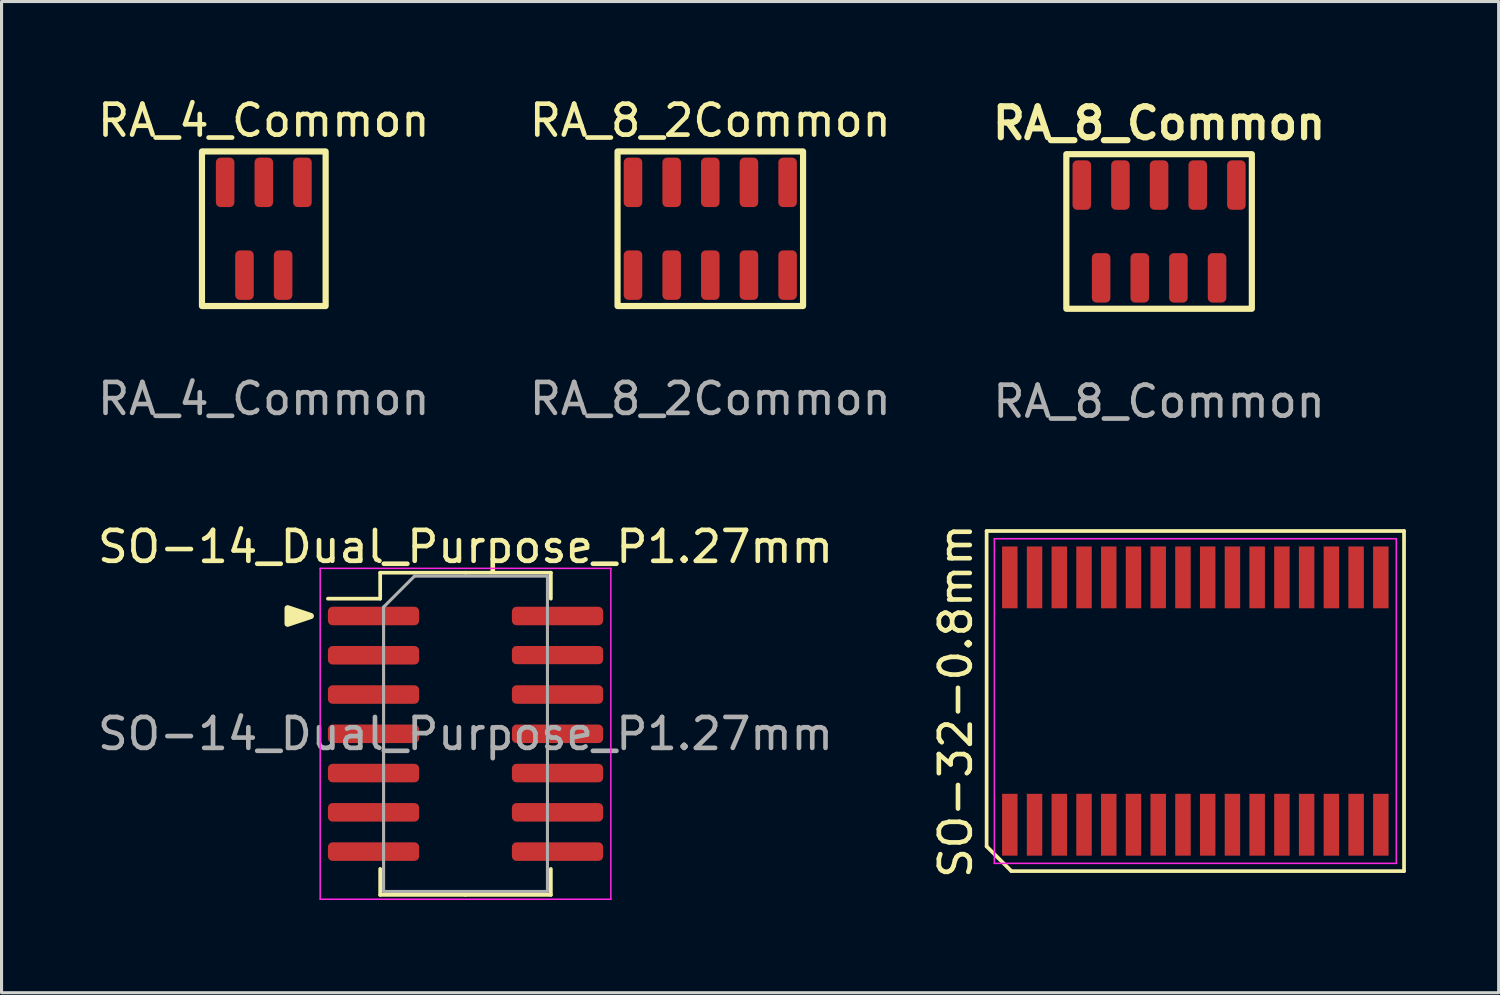
<source format=kicad_pcb>
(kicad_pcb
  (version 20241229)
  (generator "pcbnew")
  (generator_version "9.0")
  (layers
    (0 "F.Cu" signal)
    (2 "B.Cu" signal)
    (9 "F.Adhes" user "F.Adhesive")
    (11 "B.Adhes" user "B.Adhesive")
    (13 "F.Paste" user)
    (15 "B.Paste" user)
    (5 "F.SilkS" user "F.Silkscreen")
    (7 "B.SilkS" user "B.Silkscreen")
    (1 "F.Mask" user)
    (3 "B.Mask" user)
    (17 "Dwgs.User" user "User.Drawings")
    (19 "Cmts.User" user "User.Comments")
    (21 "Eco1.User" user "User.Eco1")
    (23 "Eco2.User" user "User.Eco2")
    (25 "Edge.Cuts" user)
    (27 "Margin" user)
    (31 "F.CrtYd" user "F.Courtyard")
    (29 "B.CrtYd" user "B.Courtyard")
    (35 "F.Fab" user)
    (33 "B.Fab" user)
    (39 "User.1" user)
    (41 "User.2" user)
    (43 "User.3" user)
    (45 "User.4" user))
  (footprint "RA_8_2Common"
    (layer "F.Cu")
    (at 19.923 4.348)
    (property "Reference" "RA_8_2Common" (at 0 -3.5 0) (unlocked yes) (layer "F.SilkS") (effects (font (size 1 1) (thickness 0.15))))
    (attr smd)
    (fp_rect (start -3 -2.5) (end 3 2.5) (stroke (width 0.2) (type default)) (fill no) (layer "F.SilkS"))
    (fp_text user "${REFERENCE}" (at 0 5.5 0) (unlocked yes) (layer "F.Fab") (effects (font (size 1 1) (thickness 0.15))))
    (pad "1" smd roundrect (at 2.5 -1.5) (size 0.6 1.6) (layers "F.Cu" "F.Mask" "F.Paste") (roundrect_rratio 0.25))
    (pad "2" smd roundrect (at 1.25 -1.5) (size 0.6 1.6) (layers "F.Cu" "F.Mask" "F.Paste") (roundrect_rratio 0.25))
    (pad "3" smd roundrect (at 0 -1.5) (size 0.6 1.6) (layers "F.Cu" "F.Mask" "F.Paste") (roundrect_rratio 0.25))
    (pad "4" smd roundrect (at -1.25 -1.5) (size 0.6 1.6) (layers "F.Cu" "F.Mask" "F.Paste") (roundrect_rratio 0.25))
    (pad "5" smd roundrect (at -2.5 -1.5) (size 0.6 1.6) (layers "F.Cu" "F.Mask" "F.Paste") (roundrect_rratio 0.25))
    (pad "6" smd roundrect (at -2.5 1.5 180) (size 0.6 1.6) (layers "F.Cu" "F.Mask" "F.Paste") (roundrect_rratio 0.25))
    (pad "7" smd roundrect (at -1.25 1.5 180) (size 0.6 1.6) (layers "F.Cu" "F.Mask" "F.Paste") (roundrect_rratio 0.25))
    (pad "8" smd roundrect (at 0 1.5 180) (size 0.6 1.6) (layers "F.Cu" "F.Mask" "F.Paste") (roundrect_rratio 0.25))
    (pad "9" smd roundrect (at 1.25 1.5 180) (size 0.6 1.6) (layers "F.Cu" "F.Mask" "F.Paste") (roundrect_rratio 0.25))
    (pad "10" smd roundrect (at 2.5 1.5 180) (size 0.6 1.6) (layers "F.Cu" "F.Mask" "F.Paste") (roundrect_rratio 0.25)))
  (footprint "RA_8_Common"
    (layer "F.Cu")
    (at 34.438 4.436)
    (property "Reference" "RA_8_Common" (at 0 -3.5 0) (unlocked yes) (layer "F.SilkS") (effects (font (size 1 1) (thickness 0.2))))
    (attr smd)
    (fp_rect (start -3 -2.5) (end 3 2.5) (stroke (width 0.2) (type default)) (fill no) (layer "F.SilkS"))
    (fp_text user "${REFERENCE}" (at 0 5.5 0) (unlocked yes) (layer "F.Fab") (effects (font (size 1 1) (thickness 0.15))))
    (pad "1" smd roundrect (at -2.5 -1.5) (size 0.6 1.6) (layers "F.Cu" "F.Mask" "F.Paste") (roundrect_rratio 0.25))
    (pad "2" smd roundrect (at -1.25 -1.5) (size 0.6 1.6) (layers "F.Cu" "F.Mask" "F.Paste") (roundrect_rratio 0.25))
    (pad "3" smd roundrect (at 0 -1.5) (size 0.6 1.6) (layers "F.Cu" "F.Mask" "F.Paste") (roundrect_rratio 0.25))
    (pad "4" smd roundrect (at 1.25 -1.5) (size 0.6 1.6) (layers "F.Cu" "F.Mask" "F.Paste") (roundrect_rratio 0.25))
    (pad "5" smd roundrect (at 2.5 -1.5) (size 0.6 1.6) (layers "F.Cu" "F.Mask" "F.Paste") (roundrect_rratio 0.25))
    (pad "6" smd roundrect (at -1.875 1.5) (size 0.6 1.6) (layers "F.Cu" "F.Mask" "F.Paste") (roundrect_rratio 0.25))
    (pad "7" smd roundrect (at -0.625 1.5) (size 0.6 1.6) (layers "F.Cu" "F.Mask" "F.Paste") (roundrect_rratio 0.25))
    (pad "8" smd roundrect (at 0.625 1.5) (size 0.6 1.6) (layers "F.Cu" "F.Mask" "F.Paste") (roundrect_rratio 0.25))
    (pad "9" smd roundrect (at 1.875 1.5) (size 0.6 1.6) (layers "F.Cu" "F.Mask" "F.Paste") (roundrect_rratio 0.25)))
  (footprint "RA_4_Common"
    (layer "F.Cu")
    (at 5.482 4.348)
    (property "Reference" "RA_4_Common" (at 0 -3.5 0) (unlocked yes) (layer "F.SilkS") (effects (font (size 1 1) (thickness 0.15))))
    (attr smd)
    (fp_rect (start -2 -2.5) (end 2 2.5) (stroke (width 0.2) (type default)) (fill no) (layer "F.SilkS"))
    (fp_text user "${REFERENCE}" (at 0 5.5 0) (unlocked yes) (layer "F.Fab") (effects (font (size 1 1) (thickness 0.15))))
    (pad "1" smd roundrect (at 1.25 -1.5) (size 0.6 1.6) (layers "F.Cu" "F.Mask" "F.Paste") (roundrect_rratio 0.25))
    (pad "2" smd roundrect (at 0 -1.5) (size 0.6 1.6) (layers "F.Cu" "F.Mask" "F.Paste") (roundrect_rratio 0.25))
    (pad "3" smd roundrect (at -1.25 -1.5) (size 0.6 1.6) (layers "F.Cu" "F.Mask" "F.Paste") (roundrect_rratio 0.25))
    (pad "4" smd roundrect (at 0.625 1.5) (size 0.6 1.6) (layers "F.Cu" "F.Mask" "F.Paste") (roundrect_rratio 0.25))
    (pad "5" smd roundrect (at -0.625 1.5) (size 0.6 1.6) (layers "F.Cu" "F.Mask" "F.Paste") (roundrect_rratio 0.25)))
  (footprint "SO-14_Dual_Purpose_P1.27mm"
    (layer "F.Cu")
    (at 12.006 20.683)
    (property "Reference" "SO-14_Dual_Purpose_P1.27mm" (at 0 -6.05 0) (layer "F.SilkS") (effects (font (size 1 1) (thickness 0.15))))
    (attr smd)
    (fp_line (start -2.76 -5.21) (end -2.76 -4.37) (stroke (width 0.12) (type solid)) (layer "F.SilkS"))
    (fp_line (start -2.76 -4.37) (end -4.45 -4.37) (stroke (width 0.12) (type solid)) (layer "F.SilkS"))
    (fp_line (start -2.76 5.21) (end -2.76 4.37) (stroke (width 0.12) (type solid)) (layer "F.SilkS"))
    (fp_line (start 0 -5.21) (end -2.76 -5.21) (stroke (width 0.12) (type solid)) (layer "F.SilkS"))
    (fp_line (start 0 -5.21) (end 2.76 -5.21) (stroke (width 0.12) (type solid)) (layer "F.SilkS"))
    (fp_line (start 0 5.21) (end -2.76 5.21) (stroke (width 0.12) (type solid)) (layer "F.SilkS"))
    (fp_line (start 0 5.21) (end 2.76 5.21) (stroke (width 0.12) (type solid)) (layer "F.SilkS"))
    (fp_line (start 2.76 -5.21) (end 2.76 -4.37) (stroke (width 0.12) (type solid)) (layer "F.SilkS"))
    (fp_line (start 2.76 5.21) (end 2.76 4.37) (stroke (width 0.12) (type solid)) (layer "F.SilkS"))
    (fp_poly (pts (xy -5.004 -3.81) (xy -5.754 -4.06) (xy -5.754 -3.56)) (stroke (width 0.2) (type solid)) (fill yes) (layer "F.SilkS"))
    (fp_line (start -4.7 -5.35) (end -4.7 5.35) (stroke (width 0.05) (type solid)) (layer "F.CrtYd"))
    (fp_line (start -4.7 5.35) (end 4.7 5.35) (stroke (width 0.05) (type solid)) (layer "F.CrtYd"))
    (fp_line (start 4.7 -5.35) (end -4.7 -5.35) (stroke (width 0.05) (type solid)) (layer "F.CrtYd"))
    (fp_line (start 4.7 5.35) (end 4.7 -5.35) (stroke (width 0.05) (type solid)) (layer "F.CrtYd"))
    (fp_line (start -2.65 -4.1) (end -1.65 -5.1) (stroke (width 0.1) (type solid)) (layer "F.Fab"))
    (fp_line (start -2.65 5.1) (end -2.65 -4.1) (stroke (width 0.1) (type solid)) (layer "F.Fab"))
    (fp_line (start -1.65 -5.1) (end 2.65 -5.1) (stroke (width 0.1) (type solid)) (layer "F.Fab"))
    (fp_line (start 2.65 -5.1) (end 2.65 5.1) (stroke (width 0.1) (type solid)) (layer "F.Fab"))
    (fp_line (start 2.65 5.1) (end -2.65 5.1) (stroke (width 0.1) (type solid)) (layer "F.Fab"))
    (fp_text user "${REFERENCE}" (at 0 0 0) (layer "F.Fab") (effects (font (size 1 1) (thickness 0.15))))
    (pad "1" smd roundrect (at -2.975 -3.81) (size 2.95 0.6) (layers "F.Cu" "F.Mask" "F.Paste") (roundrect_rratio 0.25))
    (pad "2" smd roundrect (at -2.975 -2.54) (size 2.95 0.6) (layers "F.Cu" "F.Mask" "F.Paste") (roundrect_rratio 0.25))
    (pad "3" smd roundrect (at -2.975 -1.27) (size 2.95 0.6) (layers "F.Cu" "F.Mask" "F.Paste") (roundrect_rratio 0.25))
    (pad "4" smd roundrect (at -2.975 0) (size 2.95 0.6) (layers "F.Cu" "F.Mask" "F.Paste") (roundrect_rratio 0.25))
    (pad "5" smd roundrect (at -2.975 1.27) (size 2.95 0.6) (layers "F.Cu" "F.Mask" "F.Paste") (roundrect_rratio 0.25))
    (pad "6" smd roundrect (at -2.975 2.54) (size 2.95 0.6) (layers "F.Cu" "F.Mask" "F.Paste") (roundrect_rratio 0.25))
    (pad "7" smd roundrect (at -2.975 3.81) (size 2.95 0.6) (layers "F.Cu" "F.Mask" "F.Paste") (roundrect_rratio 0.25))
    (pad "8" smd roundrect (at 2.975 3.81) (size 2.95 0.6) (layers "F.Cu" "F.Mask" "F.Paste") (roundrect_rratio 0.25))
    (pad "9" smd roundrect (at 2.975 2.54) (size 2.95 0.6) (layers "F.Cu" "F.Mask" "F.Paste") (roundrect_rratio 0.25))
    (pad "10" smd roundrect (at 2.975 1.27) (size 2.95 0.6) (layers "F.Cu" "F.Mask" "F.Paste") (roundrect_rratio 0.25))
    (pad "11" smd roundrect (at 2.975 0) (size 2.95 0.6) (layers "F.Cu" "F.Mask" "F.Paste") (roundrect_rratio 0.25))
    (pad "12" smd roundrect (at 2.975 -1.27) (size 2.95 0.6) (layers "F.Cu" "F.Mask" "F.Paste") (roundrect_rratio 0.25))
    (pad "13" smd roundrect (at 2.975 -2.545) (size 2.95 0.59) (layers "F.Cu" "F.Mask" "F.Paste") (roundrect_rratio 0.25))
    (pad "14" smd roundrect (at 2.975 -3.81) (size 2.95 0.6) (layers "F.Cu" "F.Mask" "F.Paste") (roundrect_rratio 0.25)))
  (footprint "SO-32-0.8mm"
    (layer "F.Cu")
    (at 35.61 19.624)
    (property "Reference" "SO-32-0.8mm" (at -7.75 0 90) (layer "F.SilkS") (effects (font (size 1 1) (thickness 0.15))))
    (attr smd)
    (fp_line (start -6.75 -5.5) (end 6.75 -5.5) (stroke (width 0.12) (type default)) (layer "F.SilkS"))
    (fp_line (start -6.75 4.7) (end -6.75 -5.5) (stroke (width 0.12) (type default)) (layer "F.SilkS"))
    (fp_line (start -5.95 5.5) (end -6.75 4.7) (stroke (width 0.12) (type default)) (layer "F.SilkS"))
    (fp_line (start 6.75 -5.5) (end 6.75 5.5) (stroke (width 0.12) (type default)) (layer "F.SilkS"))
    (fp_line (start 6.75 5.5) (end -5.95 5.5) (stroke (width 0.12) (type default)) (layer "F.SilkS"))
    (fp_line (start -6.5 -5.25) (end 6.5 -5.25) (stroke (width 0.05) (type default)) (layer "F.CrtYd"))
    (fp_line (start -6.5 5.25) (end -6.5 -5.25) (stroke (width 0.05) (type default)) (layer "F.CrtYd"))
    (fp_line (start 6.5 -5.25) (end 6.5 5.25) (stroke (width 0.05) (type default)) (layer "F.CrtYd"))
    (fp_line (start 6.5 5.25) (end -6.5 5.25) (stroke (width 0.05) (type default)) (layer "F.CrtYd"))
    (pad "1" smd rect (at -6 4) (size 0.5 2) (layers "F.Cu" "F.Mask" "F.Paste"))
    (pad "2" smd rect (at -5.2 4) (size 0.5 2) (layers "F.Cu" "F.Mask" "F.Paste"))
    (pad "3" smd rect (at -4.4 4) (size 0.5 2) (layers "F.Cu" "F.Mask" "F.Paste"))
    (pad "4" smd rect (at -3.6 4) (size 0.5 2) (layers "F.Cu" "F.Mask" "F.Paste"))
    (pad "5" smd rect (at -2.8 4) (size 0.5 2) (layers "F.Cu" "F.Mask" "F.Paste"))
    (pad "6" smd rect (at -2 4) (size 0.5 2) (layers "F.Cu" "F.Mask" "F.Paste"))
    (pad "7" smd rect (at -1.2 4) (size 0.5 2) (layers "F.Cu" "F.Mask" "F.Paste"))
    (pad "8" smd rect (at -0.4 4) (size 0.5 2) (layers "F.Cu" "F.Mask" "F.Paste"))
    (pad "9" smd rect (at 0.4 4) (size 0.5 2) (layers "F.Cu" "F.Mask" "F.Paste"))
    (pad "10" smd rect (at 1.2 4) (size 0.5 2) (layers "F.Cu" "F.Mask" "F.Paste"))
    (pad "11" smd rect (at 2 4) (size 0.5 2) (layers "F.Cu" "F.Mask" "F.Paste"))
    (pad "12" smd rect (at 2.8 4) (size 0.5 2) (layers "F.Cu" "F.Mask" "F.Paste"))
    (pad "13" smd rect (at 3.6 4) (size 0.5 2) (layers "F.Cu" "F.Mask" "F.Paste"))
    (pad "14" smd rect (at 4.4 4) (size 0.5 2) (layers "F.Cu" "F.Mask" "F.Paste"))
    (pad "15" smd rect (at 5.2 4) (size 0.5 2) (layers "F.Cu" "F.Mask" "F.Paste"))
    (pad "16" smd rect (at 6 4) (size 0.5 2) (layers "F.Cu" "F.Mask" "F.Paste"))
    (pad "17" smd rect (at 6 -4) (size 0.5 2) (layers "F.Cu" "F.Mask" "F.Paste"))
    (pad "18" smd rect (at 5.2 -4) (size 0.5 2) (layers "F.Cu" "F.Mask" "F.Paste"))
    (pad "19" smd rect (at 4.4 -4) (size 0.5 2) (layers "F.Cu" "F.Mask" "F.Paste"))
    (pad "20" smd rect (at 3.6 -4) (size 0.5 2) (layers "F.Cu" "F.Mask" "F.Paste"))
    (pad "21" smd rect (at 2.8 -4) (size 0.5 2) (layers "F.Cu" "F.Mask" "F.Paste"))
    (pad "22" smd rect (at 2 -4) (size 0.5 2) (layers "F.Cu" "F.Mask" "F.Paste"))
    (pad "23" smd rect (at 1.2 -4) (size 0.5 2) (layers "F.Cu" "F.Mask" "F.Paste"))
    (pad "24" smd rect (at 0.4 -4) (size 0.5 2) (layers "F.Cu" "F.Mask" "F.Paste"))
    (pad "25" smd rect (at -0.4 -4) (size 0.5 2) (layers "F.Cu" "F.Mask" "F.Paste"))
    (pad "26" smd rect (at -1.2 -4) (size 0.5 2) (layers "F.Cu" "F.Mask" "F.Paste"))
    (pad "27" smd rect (at -2 -4) (size 0.5 2) (layers "F.Cu" "F.Mask" "F.Paste"))
    (pad "28" smd rect (at -2.8 -4) (size 0.5 2) (layers "F.Cu" "F.Mask" "F.Paste"))
    (pad "29" smd rect (at -3.6 -4) (size 0.5 2) (layers "F.Cu" "F.Mask" "F.Paste"))
    (pad "30" smd rect (at -4.4 -4) (size 0.5 2) (layers "F.Cu" "F.Mask" "F.Paste"))
    (pad "31" smd rect (at -5.2 -4) (size 0.5 2) (layers "F.Cu" "F.Mask" "F.Paste"))
    (pad "32" smd rect (at -6 -4) (size 0.5 2) (layers "F.Cu" "F.Mask" "F.Paste")))
  (gr_rect
    (start -3 -3)
    (end 45.42 29.058)
    (stroke (width 0.1) (type default))
    (fill no)
    (layer "Edge.Cuts")))
</source>
